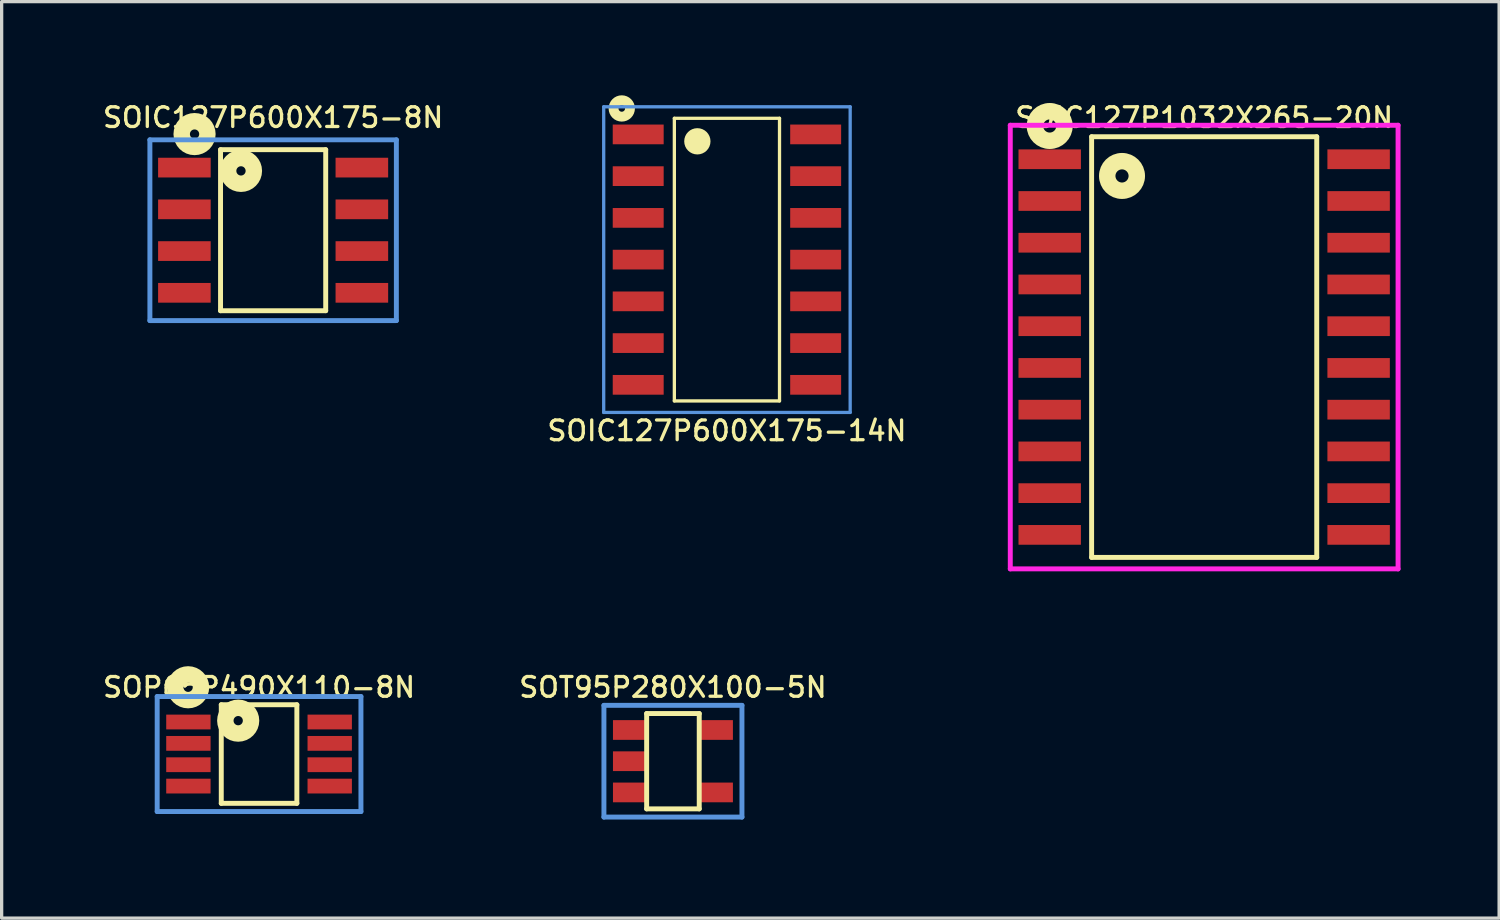
<source format=kicad_pcb>
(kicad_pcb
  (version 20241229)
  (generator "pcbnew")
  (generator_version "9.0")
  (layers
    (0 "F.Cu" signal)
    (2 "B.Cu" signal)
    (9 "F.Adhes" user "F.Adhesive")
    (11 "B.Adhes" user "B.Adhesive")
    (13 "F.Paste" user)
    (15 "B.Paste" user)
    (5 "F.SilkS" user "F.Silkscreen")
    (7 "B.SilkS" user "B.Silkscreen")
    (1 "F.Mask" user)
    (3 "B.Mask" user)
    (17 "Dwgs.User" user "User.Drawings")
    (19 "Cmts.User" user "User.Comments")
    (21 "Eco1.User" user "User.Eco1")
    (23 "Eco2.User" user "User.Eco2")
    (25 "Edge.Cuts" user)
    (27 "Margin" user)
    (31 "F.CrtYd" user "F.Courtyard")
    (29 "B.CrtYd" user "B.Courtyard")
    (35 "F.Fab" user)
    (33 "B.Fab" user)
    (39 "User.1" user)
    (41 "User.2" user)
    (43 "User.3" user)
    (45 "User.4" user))
  (footprint "SOP65P490X110-8N"
    (layer "F.Cu")
    (at 4.833 19.895)
    (property "Reference" "SOP65P490X110-8N" (at 0 -2.032 0) (layer "F.SilkS") (effects (font (size 0.6 0.6) (thickness 0.1))))
    (attr through_hole)
    (fp_line (start -1.15 -1.5) (end 1.15 -1.5) (stroke (width 0.15) (type solid)) (layer "F.SilkS"))
    (fp_line (start -1.15 1.5) (end -1.15 -1.5) (stroke (width 0.15) (type solid)) (layer "F.SilkS"))
    (fp_line (start 1.15 -1.5) (end 1.15 1.5) (stroke (width 0.15) (type solid)) (layer "F.SilkS"))
    (fp_line (start 1.15 1.5) (end -1.15 1.5) (stroke (width 0.15) (type solid)) (layer "F.SilkS"))
    (fp_circle (center -2.159 -2.032) (end -2.059 -1.932) (stroke (width 0.5) (type solid)) (fill no) (layer "F.SilkS"))
    (fp_circle (center -0.635 -1.016) (end -0.535 -0.916) (stroke (width 0.5) (type solid)) (fill no) (layer "F.SilkS"))
    (fp_line (start -3.1 -1.75) (end 3.1 -1.75) (stroke (width 0.15) (type solid)) (layer "Cmts.User"))
    (fp_line (start -3.1 1.75) (end -3.1 -1.75) (stroke (width 0.15) (type solid)) (layer "Cmts.User"))
    (fp_line (start 3.1 -1.75) (end 3.1 1.75) (stroke (width 0.15) (type solid)) (layer "Cmts.User"))
    (fp_line (start 3.1 1.75) (end -3.1 1.75) (stroke (width 0.15) (type solid)) (layer "Cmts.User"))
    (pad "1" smd rect (at -2.15 -0.975) (size 1.35 0.45) (layers "F.Cu" "F.Mask" "F.Paste"))
    (pad "2" smd rect (at -2.15 -0.325) (size 1.35 0.45) (layers "F.Cu" "F.Mask" "F.Paste"))
    (pad "3" smd rect (at -2.15 0.325) (size 1.35 0.45) (layers "F.Cu" "F.Mask" "F.Paste"))
    (pad "4" smd rect (at -2.15 0.975) (size 1.35 0.45) (layers "F.Cu" "F.Mask" "F.Paste"))
    (pad "5" smd rect (at 2.15 0.975) (size 1.35 0.45) (layers "F.Cu" "F.Mask" "F.Paste"))
    (pad "6" smd rect (at 2.15 0.325) (size 1.35 0.45) (layers "F.Cu" "F.Mask" "F.Paste"))
    (pad "7" smd rect (at 2.15 -0.325) (size 1.35 0.45) (layers "F.Cu" "F.Mask" "F.Paste"))
    (pad "8" smd rect (at 2.15 -0.975) (size 1.35 0.45) (layers "F.Cu" "F.Mask" "F.Paste")))
  (footprint "SOIC127P600X175-8N"
    (layer "F.Cu")
    (at 5.261 3.955)
    (property "Reference" "SOIC127P600X175-8N" (at 0 -3.429 0) (layer "F.SilkS") (effects (font (size 0.6 0.6) (thickness 0.1))))
    (attr through_hole)
    (fp_line (start -1.6 -2.45) (end 1.6 -2.45) (stroke (width 0.15) (type solid)) (layer "F.SilkS"))
    (fp_line (start -1.6 2.45) (end -1.6 -2.45) (stroke (width 0.15) (type solid)) (layer "F.SilkS"))
    (fp_line (start 1.6 -2.45) (end 1.6 2.45) (stroke (width 0.15) (type solid)) (layer "F.SilkS"))
    (fp_line (start 1.6 2.45) (end -1.6 2.45) (stroke (width 0.15) (type solid)) (layer "F.SilkS"))
    (fp_circle (center -2.391 -2.925) (end -2.291 -2.825) (stroke (width 0.5) (type solid)) (fill no) (layer "F.SilkS"))
    (fp_circle (center -0.978 -1.805) (end -0.878 -1.705) (stroke (width 0.5) (type solid)) (fill no) (layer "F.SilkS"))
    (fp_line (start -3.75 -2.75) (end 3.75 -2.75) (stroke (width 0.15) (type solid)) (layer "Cmts.User"))
    (fp_line (start -3.75 2.75) (end -3.75 -2.75) (stroke (width 0.15) (type solid)) (layer "Cmts.User"))
    (fp_line (start 3.75 -2.75) (end 3.75 2.75) (stroke (width 0.15) (type solid)) (layer "Cmts.User"))
    (fp_line (start 3.75 2.75) (end -3.75 2.75) (stroke (width 0.15) (type solid)) (layer "Cmts.User"))
    (pad "1" smd rect (at -2.7 -1.905) (size 1.6 0.6) (layers "F.Cu" "F.Mask" "F.Paste"))
    (pad "2" smd rect (at -2.7 -0.635) (size 1.6 0.6) (layers "F.Cu" "F.Mask" "F.Paste"))
    (pad "3" smd rect (at -2.7 0.635) (size 1.6 0.6) (layers "F.Cu" "F.Mask" "F.Paste"))
    (pad "4" smd rect (at -2.7 1.905) (size 1.6 0.6) (layers "F.Cu" "F.Mask" "F.Paste"))
    (pad "5" smd rect (at 2.7 1.905) (size 1.6 0.6) (layers "F.Cu" "F.Mask" "F.Paste"))
    (pad "6" smd rect (at 2.7 0.635) (size 1.6 0.6) (layers "F.Cu" "F.Mask" "F.Paste"))
    (pad "7" smd rect (at 2.7 -0.635) (size 1.6 0.6) (layers "F.Cu" "F.Mask" "F.Paste"))
    (pad "8" smd rect (at 2.7 -1.905) (size 1.6 0.6) (layers "F.Cu" "F.Mask" "F.Paste")))
  (footprint "SOIC127P600X175-14N"
    (layer "F.Cu")
    (at 19.07 4.85)
    (property "Reference" "SOIC127P600X175-14N" (at 0 5.207 0) (layer "F.SilkS") (effects (font (size 0.6 0.6) (thickness 0.1))))
    (attr through_hole)
    (fp_line (start -1.6 -4.3) (end 1.6 -4.3) (stroke (width 0.1) (type solid)) (layer "F.SilkS"))
    (fp_line (start -1.6 4.3) (end -1.6 -4.3) (stroke (width 0.1) (type solid)) (layer "F.SilkS"))
    (fp_line (start 1.6 -4.3) (end 1.6 4.3) (stroke (width 0.1) (type solid)) (layer "F.SilkS"))
    (fp_line (start 1.6 4.3) (end -1.6 4.3) (stroke (width 0.1) (type solid)) (layer "F.SilkS"))
    (fp_circle (center -3.2 -4.6) (end -3.1 -4.6) (stroke (width 0.3) (type solid)) (fill no) (layer "F.SilkS"))
    (fp_circle (center -0.9 -3.6) (end -0.7 -3.6) (stroke (width 0.4) (type solid)) (fill no) (layer "F.SilkS"))
    (fp_line (start -3.75 -4.65) (end 3.75 -4.65) (stroke (width 0.1) (type solid)) (layer "Cmts.User"))
    (fp_line (start -3.75 4.65) (end -3.75 -4.65) (stroke (width 0.1) (type solid)) (layer "Cmts.User"))
    (fp_line (start 3.75 -4.65) (end 3.75 4.65) (stroke (width 0.1) (type solid)) (layer "Cmts.User"))
    (fp_line (start 3.75 4.65) (end -3.75 4.65) (stroke (width 0.1) (type solid)) (layer "Cmts.User"))
    (pad "1" smd rect (at -2.7 -3.81) (size 1.55 0.6) (layers "F.Cu" "F.Mask" "F.Paste"))
    (pad "2" smd rect (at -2.7 -2.54) (size 1.55 0.6) (layers "F.Cu" "F.Mask" "F.Paste"))
    (pad "3" smd rect (at -2.7 -1.27) (size 1.55 0.6) (layers "F.Cu" "F.Mask" "F.Paste"))
    (pad "4" smd rect (at -2.7 0) (size 1.55 0.6) (layers "F.Cu" "F.Mask" "F.Paste"))
    (pad "5" smd rect (at -2.7 1.27) (size 1.55 0.6) (layers "F.Cu" "F.Mask" "F.Paste"))
    (pad "6" smd rect (at -2.7 2.54) (size 1.55 0.6) (layers "F.Cu" "F.Mask" "F.Paste"))
    (pad "7" smd rect (at -2.7 3.81) (size 1.55 0.6) (layers "F.Cu" "F.Mask" "F.Paste"))
    (pad "8" smd rect (at 2.7 3.81) (size 1.55 0.6) (layers "F.Cu" "F.Mask" "F.Paste"))
    (pad "9" smd rect (at 2.7 2.54) (size 1.55 0.6) (layers "F.Cu" "F.Mask" "F.Paste"))
    (pad "10" smd rect (at 2.7 1.27) (size 1.55 0.6) (layers "F.Cu" "F.Mask" "F.Paste"))
    (pad "11" smd rect (at 2.7 0) (size 1.55 0.6) (layers "F.Cu" "F.Mask" "F.Paste"))
    (pad "12" smd rect (at 2.7 -1.27) (size 1.55 0.6) (layers "F.Cu" "F.Mask" "F.Paste"))
    (pad "13" smd rect (at 2.7 -2.54) (size 1.55 0.6) (layers "F.Cu" "F.Mask" "F.Paste"))
    (pad "14" smd rect (at 2.7 -3.81) (size 1.55 0.6) (layers "F.Cu" "F.Mask" "F.Paste")))
  (footprint "SOIC127P1032X265-20N"
    (layer "F.Cu")
    (at 33.592 7.511)
    (property "Reference" "SOIC127P1032X265-20N" (at 0 -6.985 0) (layer "F.SilkS") (effects (font (size 0.6 0.6) (thickness 0.1))))
    (attr through_hole)
    (fp_line (start -3.425 -6.4) (end 3.425 -6.4) (stroke (width 0.15) (type solid)) (layer "F.SilkS"))
    (fp_line (start -3.425 6.4) (end -3.425 -6.4) (stroke (width 0.15) (type solid)) (layer "F.SilkS"))
    (fp_line (start 3.425 -6.4) (end 3.425 6.4) (stroke (width 0.15) (type solid)) (layer "F.SilkS"))
    (fp_line (start 3.425 6.4) (end -3.425 6.4) (stroke (width 0.15) (type solid)) (layer "F.SilkS"))
    (fp_circle (center -4.7 -6.727) (end -4.5 -6.727) (stroke (width 0.5) (type solid)) (fill no) (layer "F.SilkS"))
    (fp_circle (center -2.5 -5.207) (end -2.3 -5.207) (stroke (width 0.5) (type solid)) (fill no) (layer "F.SilkS"))
    (fp_line (start -5.9 -6.75) (end 5.9 -6.75) (stroke (width 0.15) (type solid)) (layer "F.CrtYd"))
    (fp_line (start -5.9 6.75) (end -5.9 -6.75) (stroke (width 0.15) (type solid)) (layer "F.CrtYd"))
    (fp_line (start 5.9 -6.75) (end 5.9 6.75) (stroke (width 0.15) (type solid)) (layer "F.CrtYd"))
    (fp_line (start 5.9 6.75) (end -5.9 6.75) (stroke (width 0.15) (type solid)) (layer "F.CrtYd"))
    (pad "1" smd rect (at -4.7 -5.715) (size 1.9 0.6) (layers "F.Cu" "F.Mask" "F.Paste"))
    (pad "2" smd rect (at -4.7 -4.445) (size 1.9 0.6) (layers "F.Cu" "F.Mask" "F.Paste"))
    (pad "3" smd rect (at -4.7 -3.175) (size 1.9 0.6) (layers "F.Cu" "F.Mask" "F.Paste"))
    (pad "4" smd rect (at -4.7 -1.905) (size 1.9 0.6) (layers "F.Cu" "F.Mask" "F.Paste"))
    (pad "5" smd rect (at -4.7 -0.635) (size 1.9 0.6) (layers "F.Cu" "F.Mask" "F.Paste"))
    (pad "6" smd rect (at -4.7 0.635) (size 1.9 0.6) (layers "F.Cu" "F.Mask" "F.Paste"))
    (pad "7" smd rect (at -4.7 1.905) (size 1.9 0.6) (layers "F.Cu" "F.Mask" "F.Paste"))
    (pad "8" smd rect (at -4.7 3.175) (size 1.9 0.6) (layers "F.Cu" "F.Mask" "F.Paste"))
    (pad "9" smd rect (at -4.7 4.445) (size 1.9 0.6) (layers "F.Cu" "F.Mask" "F.Paste"))
    (pad "10" smd rect (at -4.7 5.715) (size 1.9 0.6) (layers "F.Cu" "F.Mask" "F.Paste"))
    (pad "11" smd rect (at 4.7 5.715) (size 1.9 0.6) (layers "F.Cu" "F.Mask" "F.Paste"))
    (pad "12" smd rect (at 4.7 4.445) (size 1.9 0.6) (layers "F.Cu" "F.Mask" "F.Paste"))
    (pad "13" smd rect (at 4.7 3.175) (size 1.9 0.6) (layers "F.Cu" "F.Mask" "F.Paste"))
    (pad "14" smd rect (at 4.7 1.905) (size 1.9 0.6) (layers "F.Cu" "F.Mask" "F.Paste"))
    (pad "15" smd rect (at 4.7 0.635) (size 1.9 0.6) (layers "F.Cu" "F.Mask" "F.Paste"))
    (pad "16" smd rect (at 4.7 -0.635) (size 1.9 0.6) (layers "F.Cu" "F.Mask" "F.Paste"))
    (pad "17" smd rect (at 4.7 -1.905) (size 1.9 0.6) (layers "F.Cu" "F.Mask" "F.Paste"))
    (pad "18" smd rect (at 4.7 -3.175) (size 1.9 0.6) (layers "F.Cu" "F.Mask" "F.Paste"))
    (pad "19" smd rect (at 4.7 -4.445) (size 1.9 0.6) (layers "F.Cu" "F.Mask" "F.Paste"))
    (pad "20" smd rect (at 4.7 -5.715) (size 1.9 0.6) (layers "F.Cu" "F.Mask" "F.Paste")))
  (footprint "SOT95P280X100-5N"
    (layer "F.Cu")
    (at 17.427 20.113)
    (property "Reference" "SOT95P280X100-5N" (at 0 -2.25 0) (layer "F.SilkS") (effects (font (size 0.6 0.6) (thickness 0.1))))
    (attr through_hole)
    (fp_line (start -0.8 -1.45) (end 0.8 -1.45) (stroke (width 0.15) (type solid)) (layer "F.SilkS"))
    (fp_line (start -0.8 1.45) (end -0.8 -1.45) (stroke (width 0.15) (type solid)) (layer "F.SilkS"))
    (fp_line (start 0.8 -1.45) (end 0.8 1.45) (stroke (width 0.15) (type solid)) (layer "F.SilkS"))
    (fp_line (start 0.8 1.45) (end -0.8 1.45) (stroke (width 0.15) (type solid)) (layer "F.SilkS"))
    (fp_line (start -2.1 -1.7) (end 2.1 -1.7) (stroke (width 0.15) (type solid)) (layer "Cmts.User"))
    (fp_line (start -2.1 1.7) (end -2.1 -1.7) (stroke (width 0.15) (type solid)) (layer "Cmts.User"))
    (fp_line (start 2.1 -1.7) (end 2.1 1.7) (stroke (width 0.15) (type solid)) (layer "Cmts.User"))
    (fp_line (start 2.1 1.7) (end -2.1 1.7) (stroke (width 0.15) (type solid)) (layer "Cmts.User"))
    (pad "1" smd rect (at -1.3 -0.95) (size 1.05 0.6) (layers "F.Cu" "F.Mask" "F.Paste"))
    (pad "2" smd rect (at -1.3 0) (size 1.05 0.6) (layers "F.Cu" "F.Mask" "F.Paste"))
    (pad "3" smd rect (at -1.3 0.95) (size 1.05 0.6) (layers "F.Cu" "F.Mask" "F.Paste"))
    (pad "4" smd rect (at 1.3 0.95) (size 1.05 0.6) (layers "F.Cu" "F.Mask" "F.Paste"))
    (pad "5" smd rect (at 1.3 -0.95) (size 1.05 0.6) (layers "F.Cu" "F.Mask" "F.Paste")))
  (gr_rect
    (start -3 -3)
    (end 42.567 24.888)
    (stroke (width 0.1) (type default))
    (fill no)
    (layer "Edge.Cuts")))
</source>
